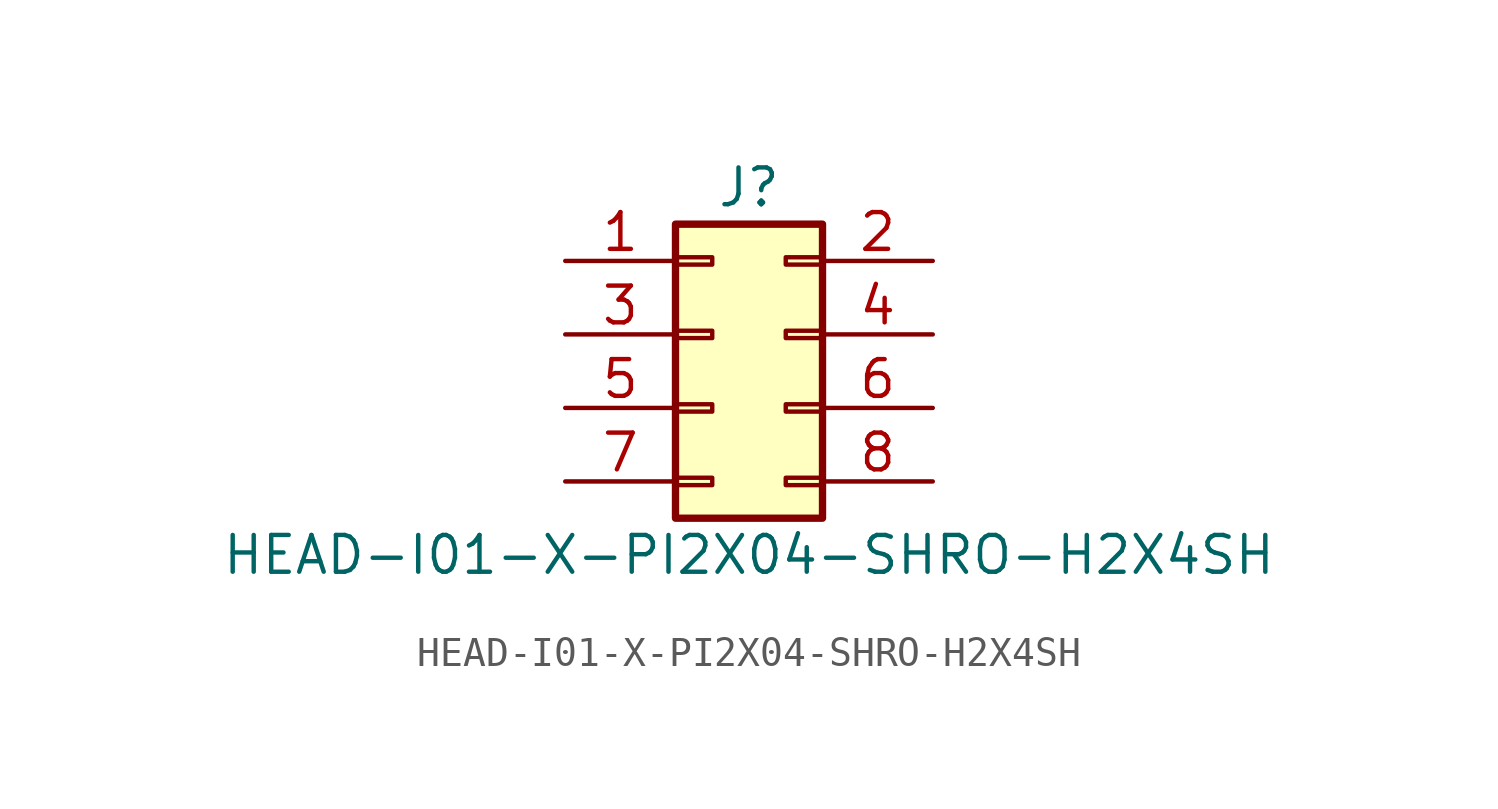
<source format=kicad_sym>
(kicad_symbol_lib
  (version 20211014)
  (generator kicad_symbol_editor)
  (symbol "HEAD-I01-X-PI2X04-SHRO-H2X4SH"
    (pin_names
      (offset 1.016) hide)
    (property "Reference" "J"
      (at 1.27 5.08 0)
      (effects (font (size 1.27 1.27))))
    (property "Value" "HEAD-I01-X-PI2X04-SHRO-H2X4SH"
      (at 1.27 -7.62 0)
      (effects (font (size 1.27 1.27))))
    (symbol "HEAD-I01-X-PI2X04-SHRO-H2X4SH_1_1"
      (rectangle (start -1.27 -4.953) (end 0 -5.207) (stroke (width 0.152) (type default) (color 0 0 0 0)) (fill (type none)))
      (rectangle (start -1.27 -2.413) (end 0 -2.667) (stroke (width 0.152) (type default) (color 0 0 0 0)) (fill (type none)))
      (rectangle (start -1.27 0.127) (end 0 -0.127) (stroke (width 0.152) (type default) (color 0 0 0 0)) (fill (type none)))
      (rectangle (start -1.27 2.667) (end 0 2.413) (stroke (width 0.152) (type default) (color 0 0 0 0)) (fill (type none)))
      (rectangle (start -1.27 3.81) (end 3.81 -6.35) (stroke (width 0.254) (type default) (color 0 0 0 0)) (fill (type background)))
      (rectangle (start 3.81 -4.953) (end 2.54 -5.207) (stroke (width 0.152) (type default) (color 0 0 0 0)) (fill (type none)))
      (rectangle (start 3.81 -2.413) (end 2.54 -2.667) (stroke (width 0.152) (type default) (color 0 0 0 0)) (fill (type none)))
      (rectangle (start 3.81 0.127) (end 2.54 -0.127) (stroke (width 0.152) (type default) (color 0 0 0 0)) (fill (type none)))
      (rectangle (start 3.81 2.667) (end 2.54 2.413) (stroke (width 0.152) (type default) (color 0 0 0 0)) (fill (type none)))
      (pin passive line (at -5.08 2.54 0) (length 3.81) (name "Pin_1" (effects (font (size 1.27 1.27)))) (number "1" (effects (font (size 1.27 1.27)))))
      (pin passive line (at 7.62 2.54 180) (length 3.81) (name "Pin_2" (effects (font (size 1.27 1.27)))) (number "2" (effects (font (size 1.27 1.27)))))
      (pin passive line (at -5.08 0 0) (length 3.81) (name "Pin_3" (effects (font (size 1.27 1.27)))) (number "3" (effects (font (size 1.27 1.27)))))
      (pin passive line (at 7.62 0 180) (length 3.81) (name "Pin_4" (effects (font (size 1.27 1.27)))) (number "4" (effects (font (size 1.27 1.27)))))
      (pin passive line (at -5.08 -2.54 0) (length 3.81) (name "Pin_5" (effects (font (size 1.27 1.27)))) (number "5" (effects (font (size 1.27 1.27)))))
      (pin passive line (at 7.62 -2.54 180) (length 3.81) (name "Pin_6" (effects (font (size 1.27 1.27)))) (number "6" (effects (font (size 1.27 1.27)))))
      (pin passive line (at -5.08 -5.08 0) (length 3.81) (name "Pin_7" (effects (font (size 1.27 1.27)))) (number "7" (effects (font (size 1.27 1.27)))))
      (pin passive line (at 7.62 -5.08 180) (length 3.81) (name "Pin_8" (effects (font (size 1.27 1.27)))) (number "8" (effects (font (size 1.27 1.27))))))))
</source>
